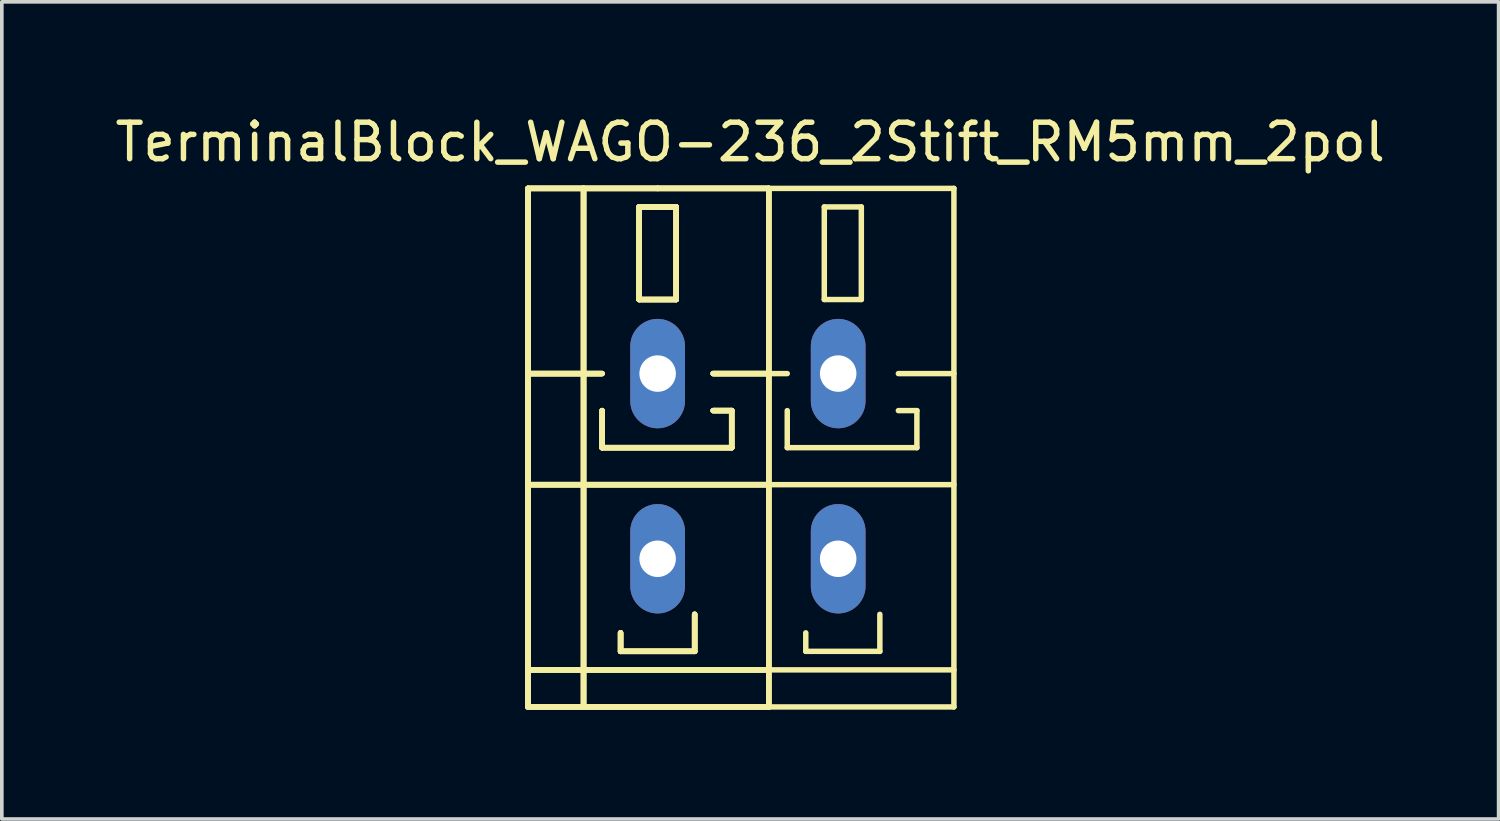
<source format=kicad_pcb>
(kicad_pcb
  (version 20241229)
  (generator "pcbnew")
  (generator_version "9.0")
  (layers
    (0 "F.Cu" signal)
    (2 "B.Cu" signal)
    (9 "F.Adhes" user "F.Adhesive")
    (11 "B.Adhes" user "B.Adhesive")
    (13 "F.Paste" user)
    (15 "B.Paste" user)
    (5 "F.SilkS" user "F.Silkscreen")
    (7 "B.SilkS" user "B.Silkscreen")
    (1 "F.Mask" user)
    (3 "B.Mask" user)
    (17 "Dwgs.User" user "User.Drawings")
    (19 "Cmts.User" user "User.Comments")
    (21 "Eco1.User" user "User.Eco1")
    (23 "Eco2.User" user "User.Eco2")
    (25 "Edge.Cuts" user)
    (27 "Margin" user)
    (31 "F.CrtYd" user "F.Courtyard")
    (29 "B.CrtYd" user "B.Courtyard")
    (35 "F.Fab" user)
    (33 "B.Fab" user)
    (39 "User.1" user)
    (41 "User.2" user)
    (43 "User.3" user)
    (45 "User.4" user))
  (footprint "TerminalBlock_WAGO-236_2Stift_RM5mm_2pol"
    (layer "F.Cu")
    (at 17.53 9.738)
    (property "Reference" "TerminalBlock_WAGO-236_2Stift_RM5mm_2pol" (at 0 -8.89 0) (layer "F.SilkS") (effects (font (size 1 1) (thickness 0.15))))
    (attr through_hole)
    (fp_line (start -6.096 -7.62) (end -4.572 -7.62) (stroke (width 0.15) (type solid)) (layer "F.SilkS"))
    (fp_line (start -6.096 -7.62) (end -4.572 -7.62) (stroke (width 0.15) (type solid)) (layer "F.SilkS"))
    (fp_line (start -6.096 -7.62) (end -4.572 -7.62) (stroke (width 0.15) (type solid)) (layer "F.SilkS"))
    (fp_line (start -6.096 -7.62) (end -4.572 -7.62) (stroke (width 0.15) (type solid)) (layer "F.SilkS"))
    (fp_line (start -6.096 -2.54) (end -4.064 -2.54) (stroke (width 0.15) (type solid)) (layer "F.SilkS"))
    (fp_line (start -6.096 -2.54) (end -4.064 -2.54) (stroke (width 0.15) (type solid)) (layer "F.SilkS"))
    (fp_line (start -6.096 -2.54) (end -4.064 -2.54) (stroke (width 0.15) (type solid)) (layer "F.SilkS"))
    (fp_line (start -6.096 -2.54) (end -4.064 -2.54) (stroke (width 0.15) (type solid)) (layer "F.SilkS"))
    (fp_line (start -6.096 0.508) (end 0.508 0.508) (stroke (width 0.15) (type solid)) (layer "F.SilkS"))
    (fp_line (start -6.096 0.508) (end 0.508 0.508) (stroke (width 0.15) (type solid)) (layer "F.SilkS"))
    (fp_line (start -6.096 0.508) (end 0.508 0.508) (stroke (width 0.15) (type solid)) (layer "F.SilkS"))
    (fp_line (start -6.096 0.508) (end 0.508 0.508) (stroke (width 0.15) (type solid)) (layer "F.SilkS"))
    (fp_line (start -6.096 5.588) (end 0.508 5.588) (stroke (width 0.15) (type solid)) (layer "F.SilkS"))
    (fp_line (start -6.096 5.588) (end 0.508 5.588) (stroke (width 0.15) (type solid)) (layer "F.SilkS"))
    (fp_line (start -6.096 5.588) (end 0.508 5.588) (stroke (width 0.15) (type solid)) (layer "F.SilkS"))
    (fp_line (start -6.096 5.588) (end 0.508 5.588) (stroke (width 0.15) (type solid)) (layer "F.SilkS"))
    (fp_line (start -6.096 6.604) (end -6.096 -7.62) (stroke (width 0.15) (type solid)) (layer "F.SilkS"))
    (fp_line (start -6.096 6.604) (end -6.096 -7.62) (stroke (width 0.15) (type solid)) (layer "F.SilkS"))
    (fp_line (start -6.096 6.604) (end -6.096 -7.62) (stroke (width 0.15) (type solid)) (layer "F.SilkS"))
    (fp_line (start -6.096 6.604) (end -6.096 -7.62) (stroke (width 0.15) (type solid)) (layer "F.SilkS"))
    (fp_line (start -4.572 -7.62) (end -2.54 -7.62) (stroke (width 0.15) (type solid)) (layer "F.SilkS"))
    (fp_line (start -4.572 -7.62) (end -2.54 -7.62) (stroke (width 0.15) (type solid)) (layer "F.SilkS"))
    (fp_line (start -4.572 -7.62) (end -2.54 -7.62) (stroke (width 0.15) (type solid)) (layer "F.SilkS"))
    (fp_line (start -4.572 -7.62) (end -2.54 -7.62) (stroke (width 0.15) (type solid)) (layer "F.SilkS"))
    (fp_line (start -4.572 6.604) (end -6.096 6.604) (stroke (width 0.15) (type solid)) (layer "F.SilkS"))
    (fp_line (start -4.572 6.604) (end -6.096 6.604) (stroke (width 0.15) (type solid)) (layer "F.SilkS"))
    (fp_line (start -4.572 6.604) (end -6.096 6.604) (stroke (width 0.15) (type solid)) (layer "F.SilkS"))
    (fp_line (start -4.572 6.604) (end -6.096 6.604) (stroke (width 0.15) (type solid)) (layer "F.SilkS"))
    (fp_line (start -4.572 6.604) (end -4.572 -7.62) (stroke (width 0.15) (type solid)) (layer "F.SilkS"))
    (fp_line (start -4.572 6.604) (end -4.572 -7.62) (stroke (width 0.15) (type solid)) (layer "F.SilkS"))
    (fp_line (start -4.572 6.604) (end -4.572 -7.62) (stroke (width 0.15) (type solid)) (layer "F.SilkS"))
    (fp_line (start -4.572 6.604) (end -4.572 -7.62) (stroke (width 0.15) (type solid)) (layer "F.SilkS"))
    (fp_line (start -4.064 -1.524) (end -4.064 -0.508) (stroke (width 0.15) (type solid)) (layer "F.SilkS"))
    (fp_line (start -4.064 -1.524) (end -4.064 -0.508) (stroke (width 0.15) (type solid)) (layer "F.SilkS"))
    (fp_line (start -4.064 -1.524) (end -4.064 -0.508) (stroke (width 0.15) (type solid)) (layer "F.SilkS"))
    (fp_line (start -4.064 -1.524) (end -4.064 -0.508) (stroke (width 0.15) (type solid)) (layer "F.SilkS"))
    (fp_line (start -4.064 -0.508) (end -0.508 -0.508) (stroke (width 0.15) (type solid)) (layer "F.SilkS"))
    (fp_line (start -4.064 -0.508) (end -0.508 -0.508) (stroke (width 0.15) (type solid)) (layer "F.SilkS"))
    (fp_line (start -4.064 -0.508) (end -0.508 -0.508) (stroke (width 0.15) (type solid)) (layer "F.SilkS"))
    (fp_line (start -4.064 -0.508) (end -0.508 -0.508) (stroke (width 0.15) (type solid)) (layer "F.SilkS"))
    (fp_line (start -3.556 4.572) (end -3.556 5.08) (stroke (width 0.15) (type solid)) (layer "F.SilkS"))
    (fp_line (start -3.556 4.572) (end -3.556 5.08) (stroke (width 0.15) (type solid)) (layer "F.SilkS"))
    (fp_line (start -3.556 4.572) (end -3.556 5.08) (stroke (width 0.15) (type solid)) (layer "F.SilkS"))
    (fp_line (start -3.556 4.572) (end -3.556 5.08) (stroke (width 0.15) (type solid)) (layer "F.SilkS"))
    (fp_line (start -3.556 5.08) (end -1.524 5.08) (stroke (width 0.15) (type solid)) (layer "F.SilkS"))
    (fp_line (start -3.556 5.08) (end -1.524 5.08) (stroke (width 0.15) (type solid)) (layer "F.SilkS"))
    (fp_line (start -3.556 5.08) (end -1.524 5.08) (stroke (width 0.15) (type solid)) (layer "F.SilkS"))
    (fp_line (start -3.556 5.08) (end -1.524 5.08) (stroke (width 0.15) (type solid)) (layer "F.SilkS"))
    (fp_line (start -3.048 -7.112) (end -2.032 -7.112) (stroke (width 0.15) (type solid)) (layer "F.SilkS"))
    (fp_line (start -3.048 -7.112) (end -2.032 -7.112) (stroke (width 0.15) (type solid)) (layer "F.SilkS"))
    (fp_line (start -3.048 -7.112) (end -2.032 -7.112) (stroke (width 0.15) (type solid)) (layer "F.SilkS"))
    (fp_line (start -3.048 -7.112) (end -2.032 -7.112) (stroke (width 0.15) (type solid)) (layer "F.SilkS"))
    (fp_line (start -3.048 -4.572) (end -3.048 -7.112) (stroke (width 0.15) (type solid)) (layer "F.SilkS"))
    (fp_line (start -3.048 -4.572) (end -3.048 -7.112) (stroke (width 0.15) (type solid)) (layer "F.SilkS"))
    (fp_line (start -3.048 -4.572) (end -3.048 -7.112) (stroke (width 0.15) (type solid)) (layer "F.SilkS"))
    (fp_line (start -3.048 -4.572) (end -3.048 -7.112) (stroke (width 0.15) (type solid)) (layer "F.SilkS"))
    (fp_line (start -2.54 -7.62) (end 0.508 -7.62) (stroke (width 0.15) (type solid)) (layer "F.SilkS"))
    (fp_line (start -2.54 -7.62) (end 0.508 -7.62) (stroke (width 0.15) (type solid)) (layer "F.SilkS"))
    (fp_line (start -2.54 -7.62) (end 0.508 -7.62) (stroke (width 0.15) (type solid)) (layer "F.SilkS"))
    (fp_line (start -2.54 -7.62) (end 0.508 -7.62) (stroke (width 0.15) (type solid)) (layer "F.SilkS"))
    (fp_line (start -2.032 -7.112) (end -2.032 -4.572) (stroke (width 0.15) (type solid)) (layer "F.SilkS"))
    (fp_line (start -2.032 -7.112) (end -2.032 -4.572) (stroke (width 0.15) (type solid)) (layer "F.SilkS"))
    (fp_line (start -2.032 -7.112) (end -2.032 -4.572) (stroke (width 0.15) (type solid)) (layer "F.SilkS"))
    (fp_line (start -2.032 -7.112) (end -2.032 -4.572) (stroke (width 0.15) (type solid)) (layer "F.SilkS"))
    (fp_line (start -2.032 -4.572) (end -3.048 -4.572) (stroke (width 0.15) (type solid)) (layer "F.SilkS"))
    (fp_line (start -2.032 -4.572) (end -3.048 -4.572) (stroke (width 0.15) (type solid)) (layer "F.SilkS"))
    (fp_line (start -2.032 -4.572) (end -3.048 -4.572) (stroke (width 0.15) (type solid)) (layer "F.SilkS"))
    (fp_line (start -2.032 -4.572) (end -3.048 -4.572) (stroke (width 0.15) (type solid)) (layer "F.SilkS"))
    (fp_line (start -1.524 5.08) (end -1.524 4.064) (stroke (width 0.15) (type solid)) (layer "F.SilkS"))
    (fp_line (start -1.524 5.08) (end -1.524 4.064) (stroke (width 0.15) (type solid)) (layer "F.SilkS"))
    (fp_line (start -1.524 5.08) (end -1.524 4.064) (stroke (width 0.15) (type solid)) (layer "F.SilkS"))
    (fp_line (start -1.524 5.08) (end -1.524 4.064) (stroke (width 0.15) (type solid)) (layer "F.SilkS"))
    (fp_line (start -1.016 -2.54) (end 0.508 -2.54) (stroke (width 0.15) (type solid)) (layer "F.SilkS"))
    (fp_line (start -1.016 -2.54) (end 0.508 -2.54) (stroke (width 0.15) (type solid)) (layer "F.SilkS"))
    (fp_line (start -1.016 -2.54) (end 0.508 -2.54) (stroke (width 0.15) (type solid)) (layer "F.SilkS"))
    (fp_line (start -1.016 -2.54) (end 0.508 -2.54) (stroke (width 0.15) (type solid)) (layer "F.SilkS"))
    (fp_line (start -0.508 -1.524) (end -1.016 -1.524) (stroke (width 0.15) (type solid)) (layer "F.SilkS"))
    (fp_line (start -0.508 -1.524) (end -1.016 -1.524) (stroke (width 0.15) (type solid)) (layer "F.SilkS"))
    (fp_line (start -0.508 -1.524) (end -1.016 -1.524) (stroke (width 0.15) (type solid)) (layer "F.SilkS"))
    (fp_line (start -0.508 -1.524) (end -1.016 -1.524) (stroke (width 0.15) (type solid)) (layer "F.SilkS"))
    (fp_line (start -0.508 -0.508) (end -0.508 -1.524) (stroke (width 0.15) (type solid)) (layer "F.SilkS"))
    (fp_line (start -0.508 -0.508) (end -0.508 -1.524) (stroke (width 0.15) (type solid)) (layer "F.SilkS"))
    (fp_line (start -0.508 -0.508) (end -0.508 -1.524) (stroke (width 0.15) (type solid)) (layer "F.SilkS"))
    (fp_line (start -0.508 -0.508) (end -0.508 -1.524) (stroke (width 0.15) (type solid)) (layer "F.SilkS"))
    (fp_line (start 0.508 -7.62) (end 0.508 6.604) (stroke (width 0.15) (type solid)) (layer "F.SilkS"))
    (fp_line (start 0.508 -7.62) (end 0.508 6.604) (stroke (width 0.15) (type solid)) (layer "F.SilkS"))
    (fp_line (start 0.508 -7.62) (end 0.508 6.604) (stroke (width 0.15) (type solid)) (layer "F.SilkS"))
    (fp_line (start 0.508 -7.62) (end 0.508 6.604) (stroke (width 0.15) (type solid)) (layer "F.SilkS"))
    (fp_line (start 0.508 -2.54) (end 1.016 -2.54) (stroke (width 0.15) (type solid)) (layer "F.SilkS"))
    (fp_line (start 0.508 0.508) (end 5.588 0.508) (stroke (width 0.15) (type solid)) (layer "F.SilkS"))
    (fp_line (start 0.508 5.588) (end 5.588 5.588) (stroke (width 0.15) (type solid)) (layer "F.SilkS"))
    (fp_line (start 0.508 6.604) (end -4.572 6.604) (stroke (width 0.15) (type solid)) (layer "F.SilkS"))
    (fp_line (start 0.508 6.604) (end -4.572 6.604) (stroke (width 0.15) (type solid)) (layer "F.SilkS"))
    (fp_line (start 0.508 6.604) (end -4.572 6.604) (stroke (width 0.15) (type solid)) (layer "F.SilkS"))
    (fp_line (start 0.508 6.604) (end -4.572 6.604) (stroke (width 0.15) (type solid)) (layer "F.SilkS"))
    (fp_line (start 0.508 6.604) (end 5.588 6.604) (stroke (width 0.15) (type solid)) (layer "F.SilkS"))
    (fp_line (start 1.016 -1.524) (end 1.016 -0.508) (stroke (width 0.15) (type solid)) (layer "F.SilkS"))
    (fp_line (start 1.016 -0.508) (end 4.572 -0.508) (stroke (width 0.15) (type solid)) (layer "F.SilkS"))
    (fp_line (start 1.524 4.572) (end 1.524 5.08) (stroke (width 0.15) (type solid)) (layer "F.SilkS"))
    (fp_line (start 1.524 5.08) (end 3.556 5.08) (stroke (width 0.15) (type solid)) (layer "F.SilkS"))
    (fp_line (start 2.032 -7.112) (end 2.032 -4.572) (stroke (width 0.15) (type solid)) (layer "F.SilkS"))
    (fp_line (start 2.032 -4.572) (end 3.048 -4.572) (stroke (width 0.15) (type solid)) (layer "F.SilkS"))
    (fp_line (start 3.048 -7.112) (end 2.032 -7.112) (stroke (width 0.15) (type solid)) (layer "F.SilkS"))
    (fp_line (start 3.048 -4.572) (end 3.048 -7.112) (stroke (width 0.15) (type solid)) (layer "F.SilkS"))
    (fp_line (start 3.556 5.08) (end 3.556 4.064) (stroke (width 0.15) (type solid)) (layer "F.SilkS"))
    (fp_line (start 4.064 -2.54) (end 5.588 -2.54) (stroke (width 0.15) (type solid)) (layer "F.SilkS"))
    (fp_line (start 4.572 -1.524) (end 4.064 -1.524) (stroke (width 0.15) (type solid)) (layer "F.SilkS"))
    (fp_line (start 4.572 -0.508) (end 4.572 -1.524) (stroke (width 0.15) (type solid)) (layer "F.SilkS"))
    (fp_line (start 5.588 -7.62) (end 0.508 -7.62) (stroke (width 0.15) (type solid)) (layer "F.SilkS"))
    (fp_line (start 5.588 6.604) (end 5.588 -7.62) (stroke (width 0.15) (type solid)) (layer "F.SilkS"))
    (pad "1" thru_hole oval (at -2.54 -2.54 90) (size 3 1.501) (drill 1.001) (layers "*.Cu" "*.Mask"))
    (pad "1" thru_hole oval (at -2.54 2.54 90) (size 3 1.501) (drill 1.001) (layers "*.Cu" "*.Mask"))
    (pad "2" thru_hole oval (at 2.413 -2.54 90) (size 3 1.501) (drill 1.001) (layers "*.Cu" "*.Mask"))
    (pad "2" thru_hole oval (at 2.413 2.54 90) (size 3 1.501) (drill 1.001) (layers "*.Cu" "*.Mask")))
  (gr_rect
    (start -3 -3)
    (end 38.06 19.417)
    (stroke (width 0.1) (type default))
    (fill no)
    (layer "Edge.Cuts")))
</source>
